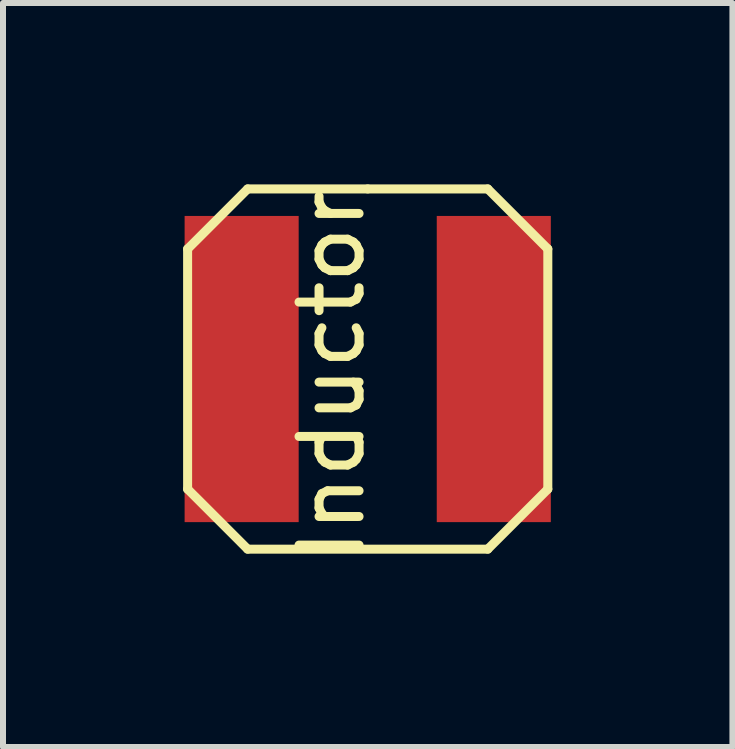
<source format=kicad_pcb>
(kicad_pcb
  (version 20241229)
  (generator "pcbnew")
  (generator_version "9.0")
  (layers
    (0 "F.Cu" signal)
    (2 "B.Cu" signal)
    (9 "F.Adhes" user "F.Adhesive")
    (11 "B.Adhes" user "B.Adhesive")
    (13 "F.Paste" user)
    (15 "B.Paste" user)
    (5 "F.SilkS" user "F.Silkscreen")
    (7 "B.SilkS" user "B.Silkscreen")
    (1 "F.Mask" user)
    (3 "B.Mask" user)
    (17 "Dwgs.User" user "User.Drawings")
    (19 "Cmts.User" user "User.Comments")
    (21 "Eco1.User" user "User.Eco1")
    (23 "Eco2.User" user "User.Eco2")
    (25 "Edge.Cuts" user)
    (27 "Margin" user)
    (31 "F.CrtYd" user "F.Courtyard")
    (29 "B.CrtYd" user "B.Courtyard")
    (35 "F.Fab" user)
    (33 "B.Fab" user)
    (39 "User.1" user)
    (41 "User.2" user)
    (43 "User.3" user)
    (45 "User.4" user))
  (footprint "Inductor"
    (layer "F.Cu")
    (at 3.075 3.097)
    (property "Reference" "Inductor" (at -0.599 0.099 90) (layer "F.SilkS") (effects (font (size 1 1) (thickness 0.15))))
    (attr smd)
    (fp_line (start -3 -2) (end -2 -3) (stroke (width 0.15) (type solid)) (layer "F.SilkS"))
    (fp_line (start -3 2) (end -3 -2) (stroke (width 0.15) (type solid)) (layer "F.SilkS"))
    (fp_line (start -2 -3) (end 0 -3) (stroke (width 0.15) (type solid)) (layer "F.SilkS"))
    (fp_line (start -2 3) (end -3 2) (stroke (width 0.15) (type solid)) (layer "F.SilkS"))
    (fp_line (start 0 -3) (end 2 -3) (stroke (width 0.15) (type solid)) (layer "F.SilkS"))
    (fp_line (start 2 -3) (end 3 -2) (stroke (width 0.15) (type solid)) (layer "F.SilkS"))
    (fp_line (start 2 3) (end -2 3) (stroke (width 0.15) (type solid)) (layer "F.SilkS"))
    (fp_line (start 3 -2) (end 3 2) (stroke (width 0.15) (type solid)) (layer "F.SilkS"))
    (fp_line (start 3 2) (end 2 3) (stroke (width 0.15) (type solid)) (layer "F.SilkS"))
    (pad "1" smd rect (at -2.1 0) (size 1.9 5.1) (layers "F.Cu" "F.Mask" "F.Paste"))
    (pad "2" smd rect (at 2.1 0) (size 1.9 5.1) (layers "F.Cu" "F.Mask" "F.Paste")))
  (gr_rect
    (start -3 -3)
    (end 9.15 9.393)
    (stroke (width 0.1) (type default))
    (fill no)
    (layer "Edge.Cuts")))
</source>
